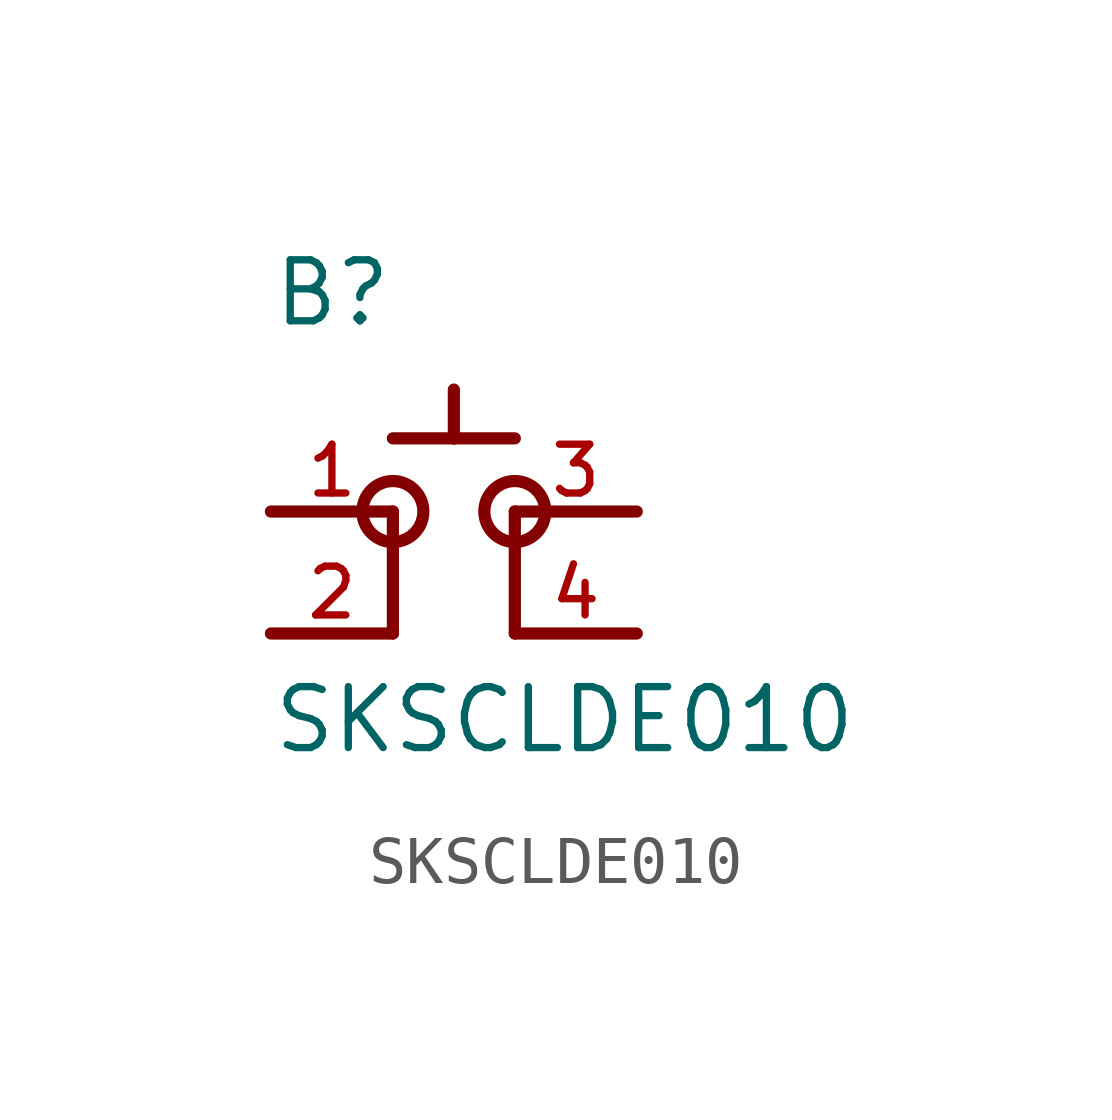
<source format=kicad_sym>
(kicad_symbol_lib
  (version 20211014)
  (generator kicad_symbol_editor)
  (symbol "SKSCLDE010"
    (pin_names
      (offset 1.016) hide)
    (property "Reference" "B"
      (at -5.08 3.81 0)
      (effects (font (size 1.27 1.27)) (justify left bottom)))
    (property "Value" "SKSCLDE010"
      (at -5.08 -5.08 0)
      (effects (font (size 1.27 1.27)) (justify left bottom)))
    (property "ki_locked" ""
      (at 0 0 0)
      (effects (font (size 1.27 1.27))))
    (symbol "SKSCLDE010_0_0"
      (circle (center -2.54 0) (radius 0.635) (stroke (width 0.254) (type default) (color 0 0 0 0)) (fill (type none)))
      (polyline (pts (xy -5.08 0) (xy -2.54 0)) (stroke (width 0.254) (type default) (color 0 0 0 0)) (fill (type none)))
      (polyline (pts (xy -2.54 -2.54) (xy -5.08 -2.54)) (stroke (width 0.254) (type default) (color 0 0 0 0)) (fill (type none)))
      (polyline (pts (xy -2.54 0) (xy -2.54 -2.54)) (stroke (width 0.254) (type default) (color 0 0 0 0)) (fill (type none)))
      (polyline (pts (xy -2.54 1.524) (xy -1.27 1.524)) (stroke (width 0.254) (type default) (color 0 0 0 0)) (fill (type none)))
      (polyline (pts (xy -1.27 1.524) (xy -1.27 2.54)) (stroke (width 0.254) (type default) (color 0 0 0 0)) (fill (type none)))
      (polyline (pts (xy -1.27 1.524) (xy 0 1.524)) (stroke (width 0.254) (type default) (color 0 0 0 0)) (fill (type none)))
      (polyline (pts (xy 0 -2.54) (xy 2.54 -2.54)) (stroke (width 0.254) (type default) (color 0 0 0 0)) (fill (type none)))
      (polyline (pts (xy 0 0) (xy 0 -2.54)) (stroke (width 0.254) (type default) (color 0 0 0 0)) (fill (type none)))
      (polyline (pts (xy 2.54 0) (xy 0 0)) (stroke (width 0.254) (type default) (color 0 0 0 0)) (fill (type none)))
      (circle (center 0 0) (radius 0.635) (stroke (width 0.254) (type default) (color 0 0 0 0)) (fill (type none)))
      (pin bidirectional line (at -5.08 0 0) (length 2.54) (name "~" (effects (font (size 1.016 1.016)))) (number "1" (effects (font (size 1.016 1.016)))))
      (pin bidirectional line (at -5.08 -2.54 0) (length 2.54) (name "~" (effects (font (size 1.016 1.016)))) (number "2" (effects (font (size 1.016 1.016)))))
      (pin bidirectional line (at 2.54 0 180) (length 2.54) (name "~" (effects (font (size 1.016 1.016)))) (number "3" (effects (font (size 1.016 1.016)))))
      (pin bidirectional line (at 2.54 -2.54 180) (length 2.54) (name "~" (effects (font (size 1.016 1.016)))) (number "4" (effects (font (size 1.016 1.016))))))))
</source>
